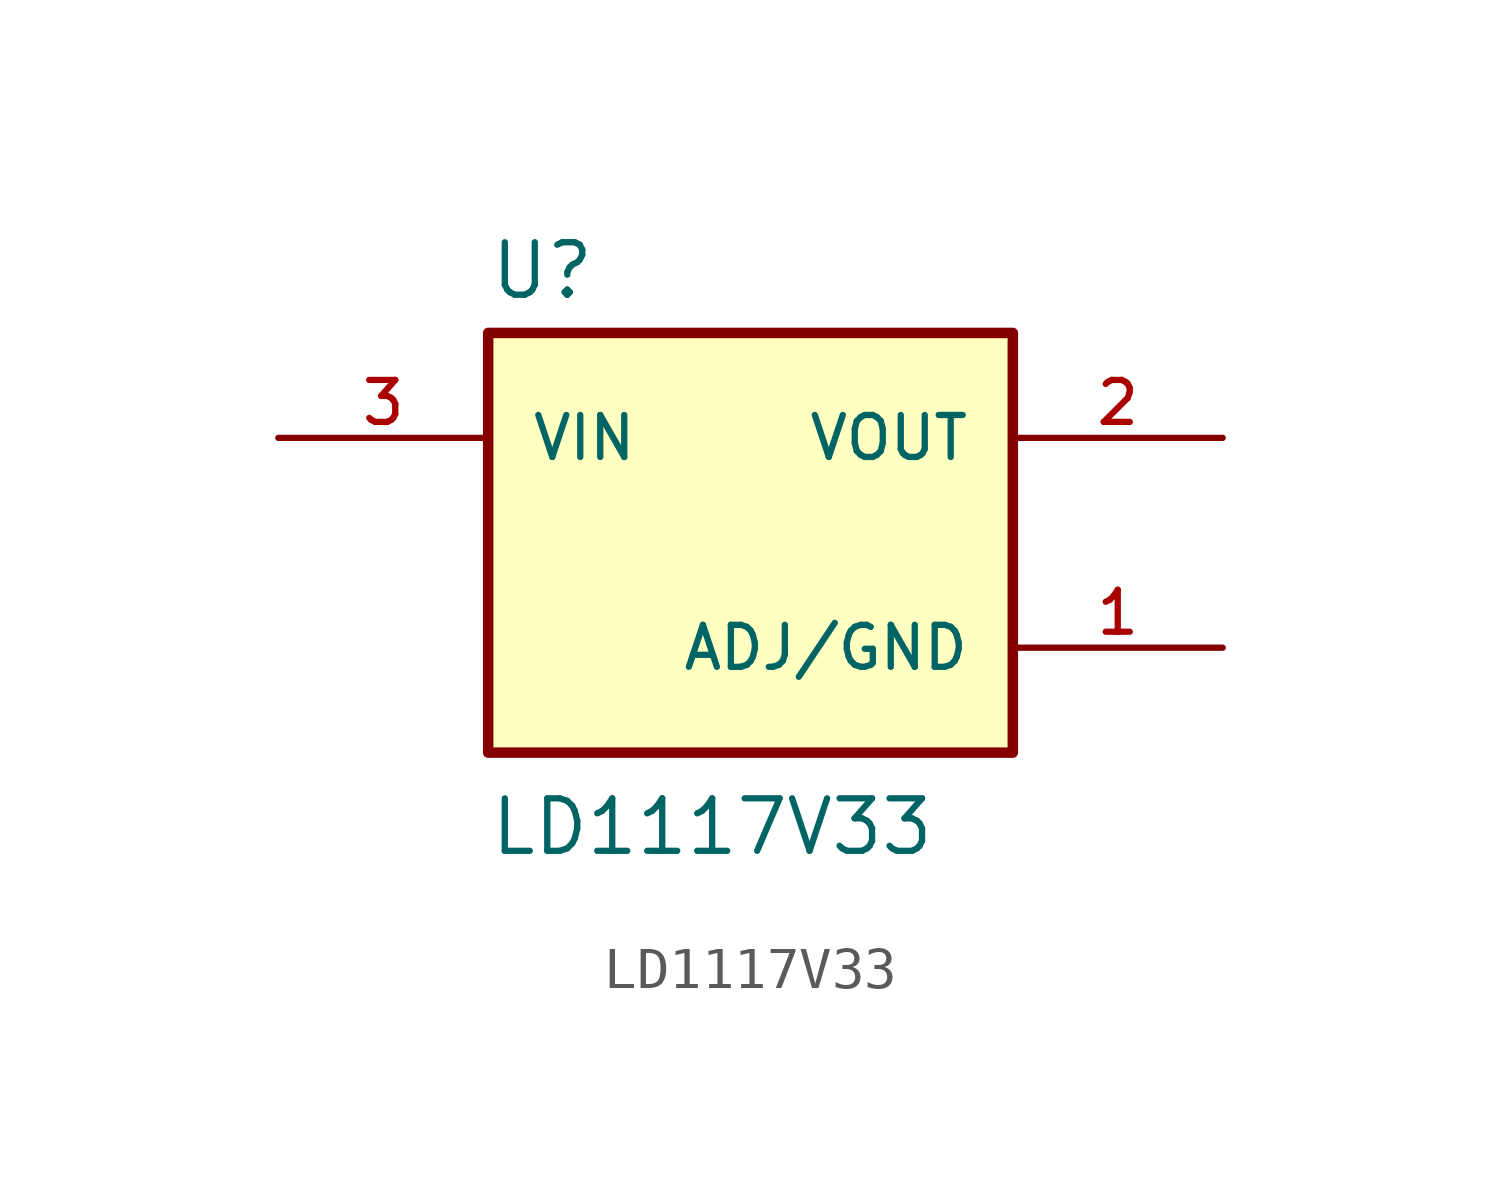
<source format=kicad_sym>
(kicad_symbol_lib
  (version 20220914)
  (generator kicad_symbol_editor)
  (symbol "LD1117V33"
    (pin_names
      (offset 1.016))
    (property "Reference" "U"
      (at -6.35 5.842 0)
      (effects (font (size 1.27 1.27)) (justify left bottom)))
    (property "Value" "LD1117V33"
      (at -6.35 -7.62 0)
      (effects (font (size 1.27 1.27)) (justify left bottom)))
    (symbol "LD1117V33_0_0"
      (rectangle (start -6.35 5.08) (end 6.35 -5.08) (stroke (width 0.254) (type default)) (fill (type background)))
      (pin passive line (at 11.43 -2.54 180) (length 5.08) (name "ADJ/GND" (effects (font (size 1.016 1.016)))) (number "1" (effects (font (size 1.016 1.016)))))
      (pin output line (at 11.43 2.54 180) (length 5.08) (name "VOUT" (effects (font (size 1.016 1.016)))) (number "2" (effects (font (size 1.016 1.016)))))
      (pin input line (at -11.43 2.54 0) (length 5.08) (name "VIN" (effects (font (size 1.016 1.016)))) (number "3" (effects (font (size 1.016 1.016))))))))
</source>
